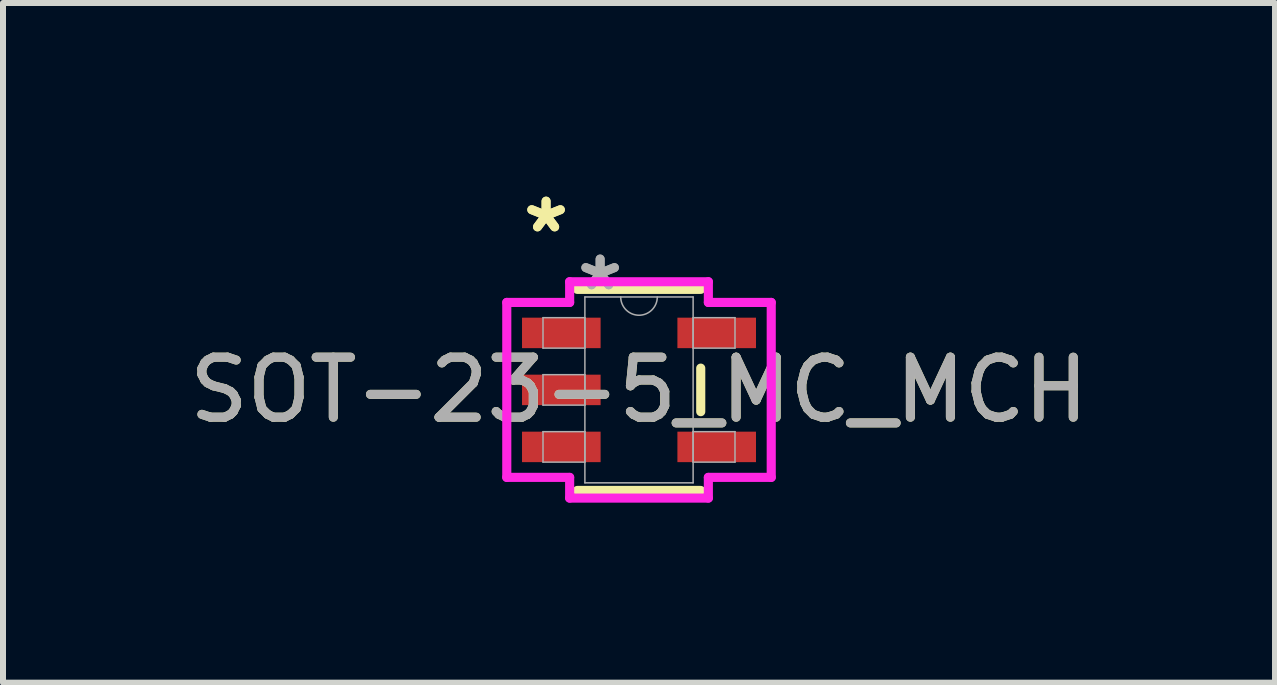
<source format=kicad_pcb>
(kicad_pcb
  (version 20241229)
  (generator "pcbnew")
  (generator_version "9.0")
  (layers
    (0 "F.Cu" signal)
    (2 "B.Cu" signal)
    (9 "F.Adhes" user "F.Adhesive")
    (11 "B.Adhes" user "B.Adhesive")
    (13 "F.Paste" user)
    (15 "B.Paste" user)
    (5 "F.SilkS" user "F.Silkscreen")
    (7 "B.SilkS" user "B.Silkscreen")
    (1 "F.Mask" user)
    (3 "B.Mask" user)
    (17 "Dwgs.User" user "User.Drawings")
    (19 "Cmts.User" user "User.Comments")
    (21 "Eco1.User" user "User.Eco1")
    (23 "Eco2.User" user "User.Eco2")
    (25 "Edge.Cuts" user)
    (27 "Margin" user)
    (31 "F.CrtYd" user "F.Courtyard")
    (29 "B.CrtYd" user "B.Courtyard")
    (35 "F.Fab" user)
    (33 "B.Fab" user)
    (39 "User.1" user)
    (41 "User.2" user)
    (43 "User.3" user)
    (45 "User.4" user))
  (footprint "SOT-23-5_MC_MCH"
    (layer "F.Cu")
    (at 7.601 3.449)
    (property "Reference" "SOT-23-5_MC_MCH" (at 0 0 0) (unlocked yes) (layer "F.SilkS") (effects (font (size 1 1) (thickness 0.15))))
    (attr smd)
    (fp_line (start -1.029 1.676) (end 1.029 1.676) (stroke (width 0.152) (type solid)) (layer "F.SilkS"))
    (fp_line (start 1.029 -1.676) (end -1.029 -1.676) (stroke (width 0.152) (type solid)) (layer "F.SilkS"))
    (fp_line (start 1.029 0.363) (end 1.029 -0.363) (stroke (width 0.152) (type solid)) (layer "F.SilkS"))
    (fp_line (start -2.204 -1.458) (end -1.156 -1.458) (stroke (width 0.152) (type solid)) (layer "F.CrtYd"))
    (fp_line (start -2.204 1.458) (end -2.204 -1.458) (stroke (width 0.152) (type solid)) (layer "F.CrtYd"))
    (fp_line (start -1.156 -1.803) (end 1.156 -1.803) (stroke (width 0.152) (type solid)) (layer "F.CrtYd"))
    (fp_line (start -1.156 -1.458) (end -1.156 -1.803) (stroke (width 0.152) (type solid)) (layer "F.CrtYd"))
    (fp_line (start -1.156 1.458) (end -2.204 1.458) (stroke (width 0.152) (type solid)) (layer "F.CrtYd"))
    (fp_line (start -1.156 1.803) (end -1.156 1.458) (stroke (width 0.152) (type solid)) (layer "F.CrtYd"))
    (fp_line (start 1.156 -1.803) (end 1.156 -1.458) (stroke (width 0.152) (type solid)) (layer "F.CrtYd"))
    (fp_line (start 1.156 -1.458) (end 2.204 -1.458) (stroke (width 0.152) (type solid)) (layer "F.CrtYd"))
    (fp_line (start 1.156 1.458) (end 1.156 1.803) (stroke (width 0.152) (type solid)) (layer "F.CrtYd"))
    (fp_line (start 1.156 1.803) (end -1.156 1.803) (stroke (width 0.152) (type solid)) (layer "F.CrtYd"))
    (fp_line (start 2.204 -1.458) (end 2.204 1.458) (stroke (width 0.152) (type solid)) (layer "F.CrtYd"))
    (fp_line (start 2.204 1.458) (end 1.156 1.458) (stroke (width 0.152) (type solid)) (layer "F.CrtYd"))
    (fp_line (start -1.6 -1.204) (end -1.6 -0.696) (stroke (width 0.025) (type solid)) (layer "F.Fab"))
    (fp_line (start -1.6 -0.696) (end -0.902 -0.696) (stroke (width 0.025) (type solid)) (layer "F.Fab"))
    (fp_line (start -1.6 -0.254) (end -1.6 0.254) (stroke (width 0.025) (type solid)) (layer "F.Fab"))
    (fp_line (start -1.6 0.254) (end -0.902 0.254) (stroke (width 0.025) (type solid)) (layer "F.Fab"))
    (fp_line (start -1.6 0.696) (end -1.6 1.204) (stroke (width 0.025) (type solid)) (layer "F.Fab"))
    (fp_line (start -1.6 1.204) (end -0.902 1.204) (stroke (width 0.025) (type solid)) (layer "F.Fab"))
    (fp_line (start -0.902 -1.549) (end -0.902 1.549) (stroke (width 0.025) (type solid)) (layer "F.Fab"))
    (fp_line (start -0.902 -1.204) (end -1.6 -1.204) (stroke (width 0.025) (type solid)) (layer "F.Fab"))
    (fp_line (start -0.902 -0.696) (end -0.902 -1.204) (stroke (width 0.025) (type solid)) (layer "F.Fab"))
    (fp_line (start -0.902 -0.254) (end -1.6 -0.254) (stroke (width 0.025) (type solid)) (layer "F.Fab"))
    (fp_line (start -0.902 0.254) (end -0.902 -0.254) (stroke (width 0.025) (type solid)) (layer "F.Fab"))
    (fp_line (start -0.902 0.696) (end -1.6 0.696) (stroke (width 0.025) (type solid)) (layer "F.Fab"))
    (fp_line (start -0.902 1.204) (end -0.902 0.696) (stroke (width 0.025) (type solid)) (layer "F.Fab"))
    (fp_line (start -0.902 1.549) (end 0.902 1.549) (stroke (width 0.025) (type solid)) (layer "F.Fab"))
    (fp_line (start 0.902 -1.549) (end -0.902 -1.549) (stroke (width 0.025) (type solid)) (layer "F.Fab"))
    (fp_line (start 0.902 -1.204) (end 0.902 -0.696) (stroke (width 0.025) (type solid)) (layer "F.Fab"))
    (fp_line (start 0.902 -0.696) (end 1.6 -0.696) (stroke (width 0.025) (type solid)) (layer "F.Fab"))
    (fp_line (start 0.902 0.696) (end 0.902 1.204) (stroke (width 0.025) (type solid)) (layer "F.Fab"))
    (fp_line (start 0.902 1.204) (end 1.6 1.204) (stroke (width 0.025) (type solid)) (layer "F.Fab"))
    (fp_line (start 0.902 1.549) (end 0.902 -1.549) (stroke (width 0.025) (type solid)) (layer "F.Fab"))
    (fp_line (start 1.6 -1.204) (end 0.902 -1.204) (stroke (width 0.025) (type solid)) (layer "F.Fab"))
    (fp_line (start 1.6 -0.696) (end 1.6 -1.204) (stroke (width 0.025) (type solid)) (layer "F.Fab"))
    (fp_line (start 1.6 0.696) (end 0.902 0.696) (stroke (width 0.025) (type solid)) (layer "F.Fab"))
    (fp_line (start 1.6 1.204) (end 1.6 0.696) (stroke (width 0.025) (type solid)) (layer "F.Fab"))
    (fp_arc (start 0.3048 -1.5494) (mid 0 -1.2446) (end -0.3048 -1.5494) (stroke (width 0.0254) (type solid)) (layer "F.Fab"))
    (fp_text user "*" (at -1.549 -2.601 0) (layer "F.SilkS") (effects (font (size 1 1) (thickness 0.15))))
    (fp_text user "*" (at -1.549 -2.601 0) (unlocked yes) (layer "F.SilkS") (effects (font (size 1 1) (thickness 0.15))))
    (fp_text user "*" (at -0.648 -1.636 0) (layer "F.Fab") (effects (font (size 1 1) (thickness 0.15))))
    (fp_text user "${REFERENCE}" (at 0 0 0) (unlocked yes) (layer "F.Fab") (effects (font (size 1 1) (thickness 0.15))))
    (fp_text user "*" (at -0.648 -1.636 0) (unlocked yes) (layer "F.Fab") (effects (font (size 1 1) (thickness 0.15))))
    (pad "1" smd rect (at -1.295 -0.95) (size 1.31 0.508) (layers "F.Cu" "F.Mask" "F.Paste"))
    (pad "2" smd rect (at -1.295 0) (size 1.31 0.508) (layers "F.Cu" "F.Mask" "F.Paste"))
    (pad "3" smd rect (at -1.295 0.95) (size 1.31 0.508) (layers "F.Cu" "F.Mask" "F.Paste"))
    (pad "4" smd rect (at 1.295 0.95) (size 1.31 0.508) (layers "F.Cu" "F.Mask" "F.Paste"))
    (pad "5" smd rect (at 1.295 -0.95) (size 1.31 0.508) (layers "F.Cu" "F.Mask" "F.Paste")))
  (gr_rect
    (start -3 -3)
    (end 18.202 8.329)
    (stroke (width 0.1) (type default))
    (fill no)
    (layer "Edge.Cuts")))
</source>
